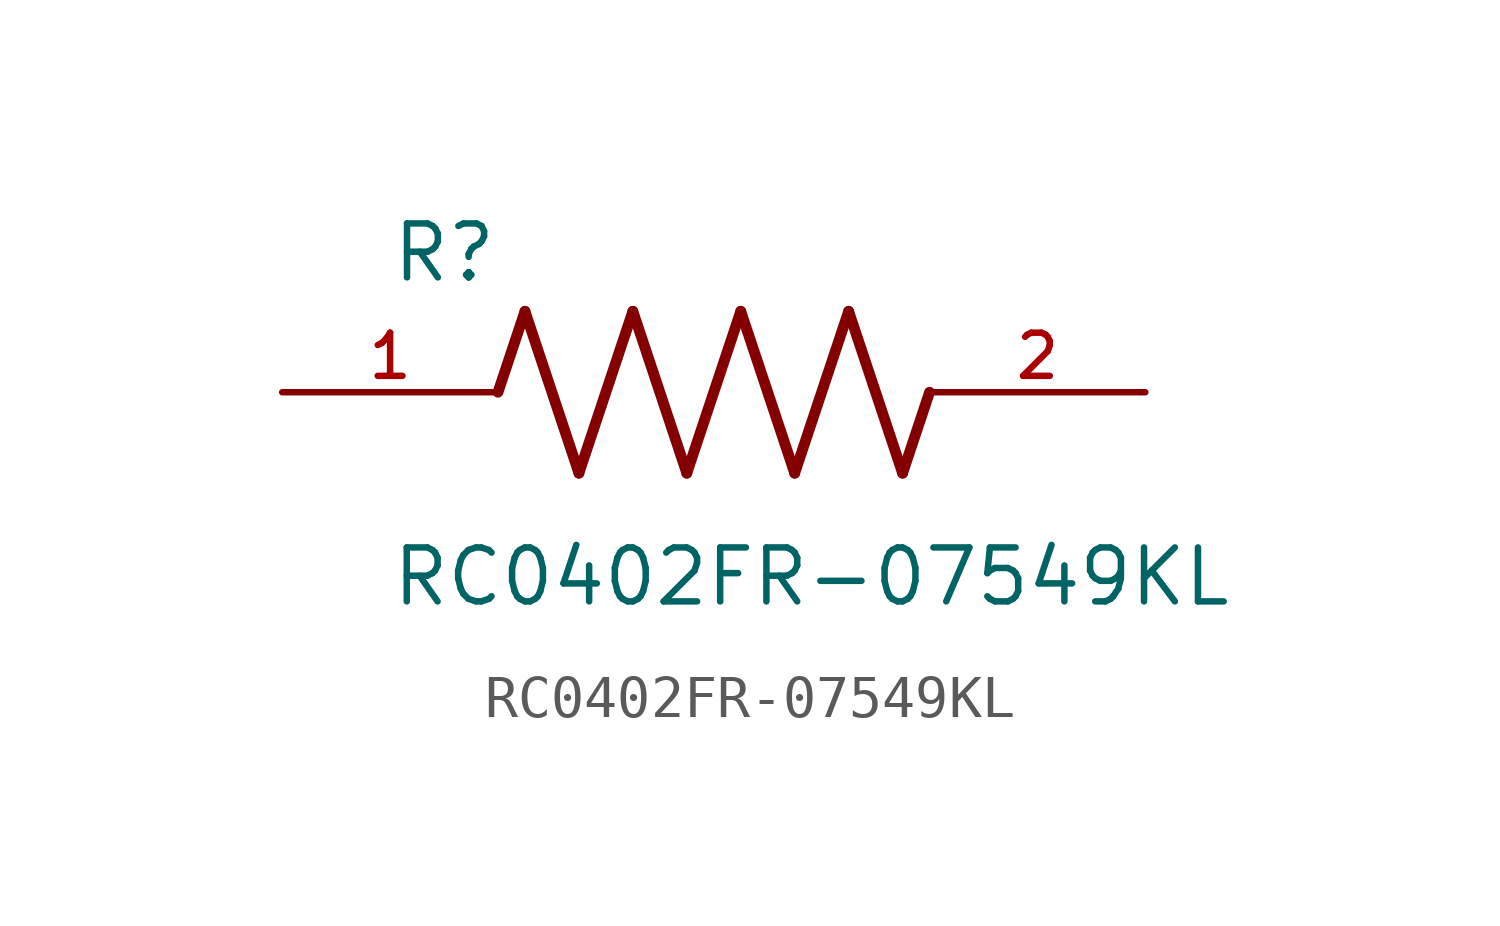
<source format=kicad_sym>
(kicad_symbol_lib
  (version 20211014)
  (generator kicad_symbol_editor)
  (symbol "RC0402FR-07549KL"
    (pin_names
      (offset 1.016))
    (property "Reference" "R"
      (at -7.624 2.541 0)
      (effects (font (size 1.27 1.27)) (justify bottom left)))
    (property "Value" "RC0402FR-07549KL"
      (at -7.63 -5.087 0)
      (effects (font (size 1.27 1.27)) (justify bottom left)))
    (symbol "RC0402FR-07549KL_0_0"
      (polyline (pts (xy -5.08 0.0) (xy -4.445 1.905)) (stroke (width 0.254)))
      (polyline (pts (xy -4.445 1.905) (xy -3.175 -1.905)) (stroke (width 0.254)))
      (polyline (pts (xy -3.175 -1.905) (xy -1.905 1.905)) (stroke (width 0.254)))
      (polyline (pts (xy -1.905 1.905) (xy -0.635 -1.905)) (stroke (width 0.254)))
      (polyline (pts (xy -0.635 -1.905) (xy 0.635 1.905)) (stroke (width 0.254)))
      (polyline (pts (xy 0.635 1.905) (xy 1.905 -1.905)) (stroke (width 0.254)))
      (polyline (pts (xy 1.905 -1.905) (xy 3.175 1.905)) (stroke (width 0.254)))
      (polyline (pts (xy 3.175 1.905) (xy 4.445 -1.905)) (stroke (width 0.254)))
      (polyline (pts (xy 4.445 -1.905) (xy 5.08 0.0)) (stroke (width 0.254)))
      (pin passive line (at -10.16 0.0 0) (length 5.08) (name "~" (effects (font (size 1.016 1.016)))) (number "1" (effects (font (size 1.016 1.016)))))
      (pin passive line (at 10.16 0.0 180.0) (length 5.08) (name "~" (effects (font (size 1.016 1.016)))) (number "2" (effects (font (size 1.016 1.016))))))))
</source>
